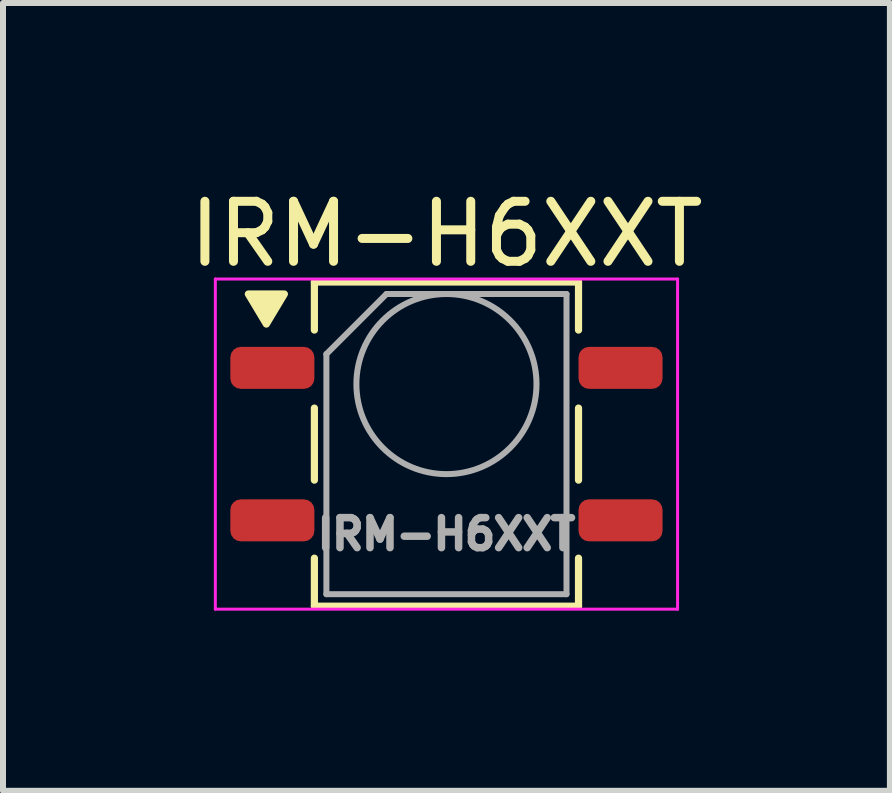
<source format=kicad_pcb>
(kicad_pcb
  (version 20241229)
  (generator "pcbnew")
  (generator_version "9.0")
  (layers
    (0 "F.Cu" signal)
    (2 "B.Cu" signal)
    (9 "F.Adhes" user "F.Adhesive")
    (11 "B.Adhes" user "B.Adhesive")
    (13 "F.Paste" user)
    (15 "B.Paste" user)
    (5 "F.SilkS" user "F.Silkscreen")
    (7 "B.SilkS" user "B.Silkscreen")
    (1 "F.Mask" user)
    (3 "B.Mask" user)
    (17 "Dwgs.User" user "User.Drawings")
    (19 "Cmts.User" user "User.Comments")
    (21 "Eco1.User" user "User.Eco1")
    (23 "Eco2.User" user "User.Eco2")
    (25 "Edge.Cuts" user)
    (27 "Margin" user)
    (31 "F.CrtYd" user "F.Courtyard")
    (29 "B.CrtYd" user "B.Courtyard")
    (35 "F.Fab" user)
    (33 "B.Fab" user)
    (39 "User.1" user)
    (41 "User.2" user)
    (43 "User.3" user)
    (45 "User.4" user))
  (footprint "IRM-H6XXT"
    (layer "F.Cu")
    (at 4.387 4.348)
    (property "Reference" "IRM-H6XXT" (at 0 -3.5 0) (unlocked yes) (layer "F.SilkS") (effects (font (size 1 1) (thickness 0.15))))
    (attr smd)
    (fp_line (start -2.2 -2.7) (end -2.2 -1.9) (stroke (width 0.12) (type default)) (layer "F.SilkS"))
    (fp_line (start -2.2 -2.7) (end 2.2 -2.7) (stroke (width 0.12) (type default)) (layer "F.SilkS"))
    (fp_line (start -2.2 0.6) (end -2.2 -0.6) (stroke (width 0.12) (type default)) (layer "F.SilkS"))
    (fp_line (start -2.2 2.7) (end -2.2 1.9) (stroke (width 0.12) (type default)) (layer "F.SilkS"))
    (fp_line (start 2.2 -2.7) (end 2.2 -1.9) (stroke (width 0.12) (type default)) (layer "F.SilkS"))
    (fp_line (start 2.2 -0.6) (end 2.2 0.6) (stroke (width 0.12) (type default)) (layer "F.SilkS"))
    (fp_line (start 2.2 1.9) (end 2.2 2.7) (stroke (width 0.12) (type default)) (layer "F.SilkS"))
    (fp_line (start 2.2 2.7) (end -2.2 2.7) (stroke (width 0.12) (type default)) (layer "F.SilkS"))
    (fp_poly (pts (xy -3.3 -2.5) (xy -2.7 -2.5) (xy -3 -2)) (stroke (width 0.12) (type solid)) (fill yes) (layer "F.SilkS"))
    (fp_line (start -3.85 -2.75) (end -3.85 2.75) (stroke (width 0.05) (type default)) (layer "F.CrtYd"))
    (fp_line (start -3.85 -2.75) (end 3.85 -2.75) (stroke (width 0.05) (type default)) (layer "F.CrtYd"))
    (fp_line (start -3.85 2.75) (end 3.85 2.75) (stroke (width 0.05) (type default)) (layer "F.CrtYd"))
    (fp_line (start 3.85 -2.75) (end 3.85 2.75) (stroke (width 0.05) (type default)) (layer "F.CrtYd"))
    (fp_line (start -2 2.5) (end -2 -1.5) (stroke (width 0.1) (type default)) (layer "F.Fab"))
    (fp_line (start -1 -2.5) (end -2 -1.5) (stroke (width 0.1) (type default)) (layer "F.Fab"))
    (fp_line (start -1 -2.5) (end 2 -2.5) (stroke (width 0.1) (type default)) (layer "F.Fab"))
    (fp_line (start 2 -2.5) (end 2 2.5) (stroke (width 0.1) (type default)) (layer "F.Fab"))
    (fp_line (start 2 2.5) (end -2 2.5) (stroke (width 0.1) (type default)) (layer "F.Fab"))
    (fp_circle (center 0 -1) (end 0 -2.5) (stroke (width 0.1) (type default)) (fill no) (layer "F.Fab"))
    (fp_text user "${REFERENCE}" (at 0 1.5 0) (unlocked yes) (layer "F.Fab") (effects (font (size 0.5 0.5) (thickness 0.125))))
    (pad "1" smd roundrect (at -2.9 -1.27) (size 1.4 0.7) (layers "F.Cu" "F.Mask" "F.Paste") (roundrect_rratio 0.25))
    (pad "2" smd roundrect (at -2.9 1.27) (size 1.4 0.7) (layers "F.Cu" "F.Mask" "F.Paste") (roundrect_rratio 0.25))
    (pad "3" smd roundrect (at 2.9 1.27) (size 1.4 0.7) (layers "F.Cu" "F.Mask" "F.Paste") (roundrect_rratio 0.25))
    (pad "4" smd roundrect (at 2.9 -1.27) (size 1.4 0.7) (layers "F.Cu" "F.Mask" "F.Paste") (roundrect_rratio 0.25)))
  (gr_rect
    (start -3 -3)
    (end 11.774 10.123)
    (stroke (width 0.1) (type default))
    (fill no)
    (layer "Edge.Cuts")))
</source>
